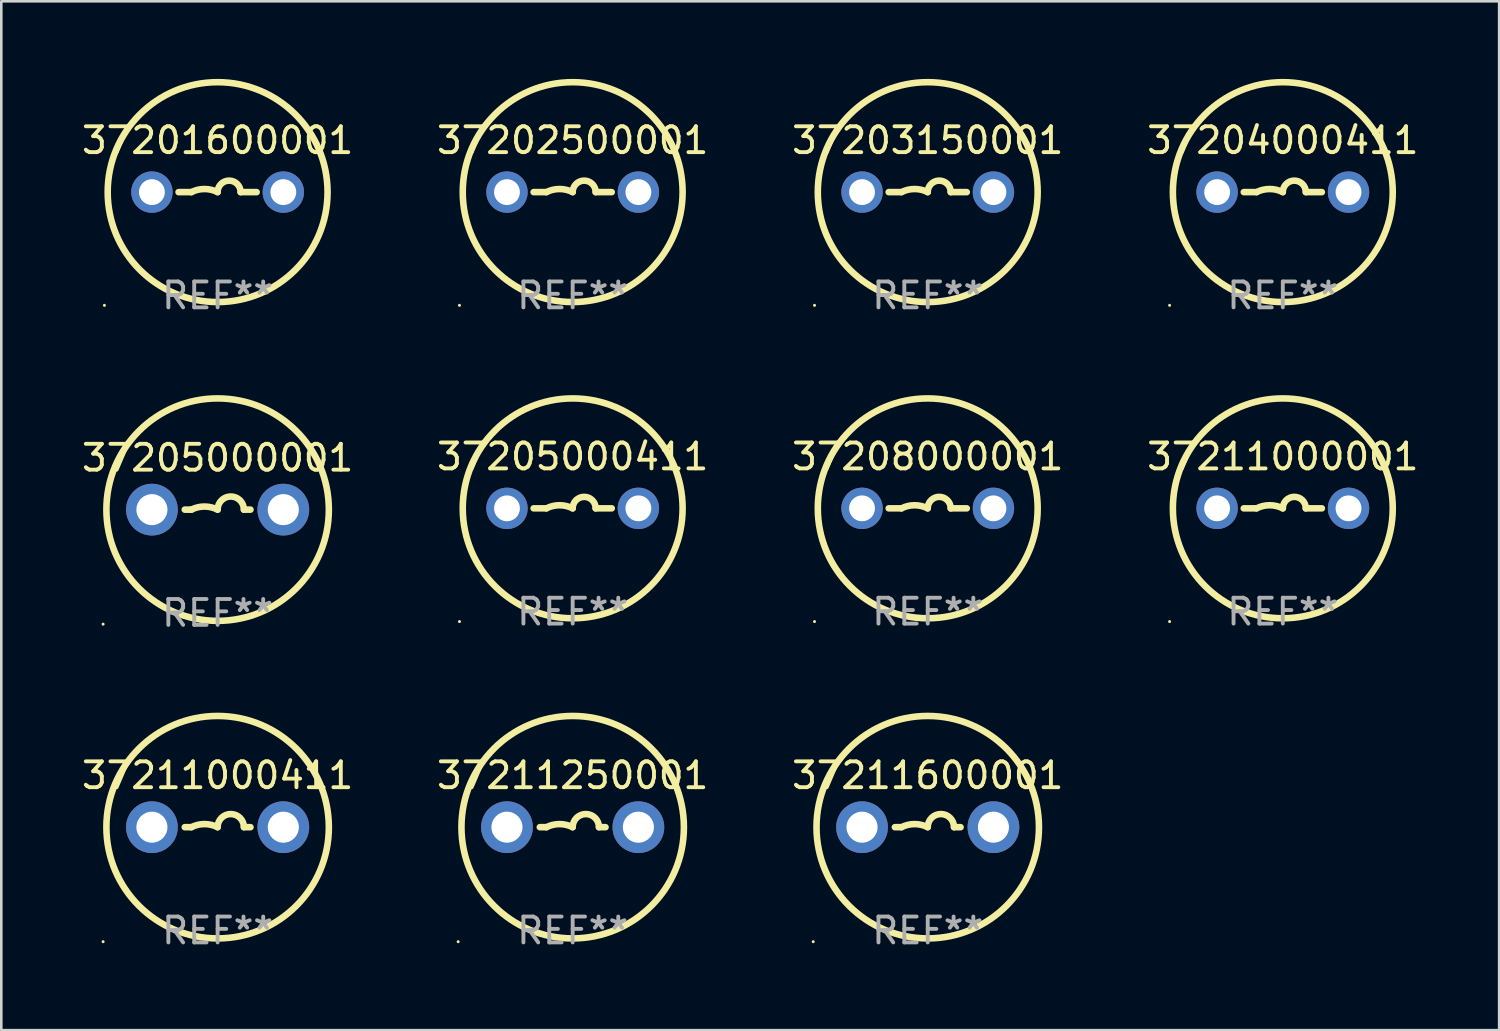
<source format=kicad_pcb>
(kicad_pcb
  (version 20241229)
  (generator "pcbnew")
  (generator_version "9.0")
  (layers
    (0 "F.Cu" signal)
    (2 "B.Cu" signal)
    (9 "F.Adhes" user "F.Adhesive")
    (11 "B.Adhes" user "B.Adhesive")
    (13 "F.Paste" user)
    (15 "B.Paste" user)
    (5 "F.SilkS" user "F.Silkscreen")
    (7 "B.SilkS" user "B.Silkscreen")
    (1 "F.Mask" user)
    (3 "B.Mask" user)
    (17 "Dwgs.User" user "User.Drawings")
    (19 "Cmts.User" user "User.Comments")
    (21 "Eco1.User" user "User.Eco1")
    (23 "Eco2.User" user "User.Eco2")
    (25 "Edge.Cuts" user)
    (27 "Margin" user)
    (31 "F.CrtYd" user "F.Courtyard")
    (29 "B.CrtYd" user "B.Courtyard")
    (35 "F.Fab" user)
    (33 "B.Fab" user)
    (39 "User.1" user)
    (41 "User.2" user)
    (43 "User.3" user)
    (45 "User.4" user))
  (footprint "37203150001"
    (layer "F.Cu")
    (at 32.815 4.377)
    (property "Reference" "37203150001" (at 0 -2 0) (layer "F.SilkS") (effects (font (size 1 1) (thickness 0.15))))
    (attr through_hole)
    (fp_line (start -1.509 0) (end -1.016 0) (stroke (width 0.254) (type solid)) (layer "F.SilkS"))
    (fp_line (start 1.509 0) (end 0.889 0) (stroke (width 0.254) (type solid)) (layer "F.SilkS"))
    (fp_arc (start -1.016002 0) (mid -0.508001 -0.119923) (end 0 0) (stroke (width 0.254001) (type solid)) (layer "F.SilkS"))
    (fp_arc (start 0 0) (mid 0.444501 -0.444501) (end 0.889002 0) (stroke (width 0.254001) (type solid)) (layer "F.SilkS"))
    (fp_circle (center -4.377 4.377) (end -4.347 4.377) (stroke (width 0.06) (type solid)) (fill no) (layer "F.SilkS"))
    (fp_circle (center 0 0) (end 4.25 0) (stroke (width 0.254) (type solid)) (fill no) (layer "F.SilkS"))
    (fp_text user "REF**" (at 0 4 0) (layer "F.Fab") (effects (font (size 1 1) (thickness 0.15))))
    (pad "1" thru_hole circle (at -2.54 0) (size 1.6 1.6) (drill 1) (layers "*.Cu" "*.Mask"))
    (pad "2" thru_hole circle (at 2.54 0) (size 1.6 1.6) (drill 1) (layers "*.Cu" "*.Mask")))
  (footprint "37211600001"
    (layer "F.Cu")
    (at 32.815 28.928)
    (property "Reference" "37211600001" (at 0 -2 0) (layer "F.SilkS") (effects (font (size 1 1) (thickness 0.15))))
    (attr through_hole)
    (fp_line (start -1.016 0) (end -1.27 0) (stroke (width 0.254) (type solid)) (layer "F.SilkS"))
    (fp_line (start 1.016 0) (end 1.27 0) (stroke (width 0.254) (type solid)) (layer "F.SilkS"))
    (fp_arc (start -1.016002 0) (mid -0.508001 -0.119923) (end 0 0) (stroke (width 0.254001) (type solid)) (layer "F.SilkS"))
    (fp_arc (start 0 0) (mid 0.508001 -0.508001) (end 1.016002 0) (stroke (width 0.254001) (type solid)) (layer "F.SilkS"))
    (fp_circle (center -4.427 4.427) (end -4.397 4.427) (stroke (width 0.06) (type solid)) (fill no) (layer "F.SilkS"))
    (fp_circle (center 0 0) (end 4.3 0) (stroke (width 0.254) (type solid)) (fill no) (layer "F.SilkS"))
    (fp_text user "REF**" (at 0 4 0) (layer "F.Fab") (effects (font (size 1 1) (thickness 0.15))))
    (pad "1" thru_hole circle (at -2.54 0) (size 2 2) (drill 1.2) (layers "*.Cu" "*.Mask"))
    (pad "2" thru_hole circle (at 2.54 0) (size 2 2) (drill 1.2) (layers "*.Cu" "*.Mask")))
  (footprint "37205000001"
    (layer "F.Cu")
    (at 5.363 16.652)
    (property "Reference" "37205000001" (at 0 -2 0) (layer "F.SilkS") (effects (font (size 1 1) (thickness 0.15))))
    (attr through_hole)
    (fp_line (start -1.016 0) (end -1.27 0) (stroke (width 0.254) (type solid)) (layer "F.SilkS"))
    (fp_line (start 1.016 0) (end 1.27 0) (stroke (width 0.254) (type solid)) (layer "F.SilkS"))
    (fp_arc (start -1.016002 0) (mid -0.508001 -0.119923) (end 0 0) (stroke (width 0.254001) (type solid)) (layer "F.SilkS"))
    (fp_arc (start 0 0) (mid 0.508001 -0.508001) (end 1.016002 0) (stroke (width 0.254001) (type solid)) (layer "F.SilkS"))
    (fp_circle (center -4.427 4.427) (end -4.397 4.427) (stroke (width 0.06) (type solid)) (fill no) (layer "F.SilkS"))
    (fp_circle (center 0 0) (end 4.3 0) (stroke (width 0.254) (type solid)) (fill no) (layer "F.SilkS"))
    (fp_text user "REF**" (at 0 4 0) (layer "F.Fab") (effects (font (size 1 1) (thickness 0.15))))
    (pad "1" thru_hole circle (at -2.54 0) (size 2 2) (drill 1.2) (layers "*.Cu" "*.Mask"))
    (pad "2" thru_hole circle (at 2.54 0) (size 2 2) (drill 1.2) (layers "*.Cu" "*.Mask")))
  (footprint "37202500001"
    (layer "F.Cu")
    (at 19.089 4.377)
    (property "Reference" "37202500001" (at 0 -2 0) (layer "F.SilkS") (effects (font (size 1 1) (thickness 0.15))))
    (attr through_hole)
    (fp_line (start -1.509 0) (end -1.016 0) (stroke (width 0.254) (type solid)) (layer "F.SilkS"))
    (fp_line (start 1.509 0) (end 0.889 0) (stroke (width 0.254) (type solid)) (layer "F.SilkS"))
    (fp_arc (start -1.016002 0) (mid -0.508001 -0.119923) (end 0 0) (stroke (width 0.254001) (type solid)) (layer "F.SilkS"))
    (fp_arc (start 0 0) (mid 0.444501 -0.444501) (end 0.889002 0) (stroke (width 0.254001) (type solid)) (layer "F.SilkS"))
    (fp_circle (center -4.377 4.377) (end -4.347 4.377) (stroke (width 0.06) (type solid)) (fill no) (layer "F.SilkS"))
    (fp_circle (center 0 0) (end 4.25 0) (stroke (width 0.254) (type solid)) (fill no) (layer "F.SilkS"))
    (fp_text user "REF**" (at 0 4 0) (layer "F.Fab") (effects (font (size 1 1) (thickness 0.15))))
    (pad "1" thru_hole circle (at -2.54 0) (size 1.6 1.6) (drill 1) (layers "*.Cu" "*.Mask"))
    (pad "2" thru_hole circle (at 2.54 0) (size 1.6 1.6) (drill 1) (layers "*.Cu" "*.Mask")))
  (footprint "37208000001"
    (layer "F.Cu")
    (at 32.815 16.602)
    (property "Reference" "37208000001" (at 0 -2 0) (layer "F.SilkS") (effects (font (size 1 1) (thickness 0.15))))
    (attr through_hole)
    (fp_line (start -1.509 0) (end -1.016 0) (stroke (width 0.254) (type solid)) (layer "F.SilkS"))
    (fp_line (start 1.509 0) (end 0.889 0) (stroke (width 0.254) (type solid)) (layer "F.SilkS"))
    (fp_arc (start -1.016002 0) (mid -0.508001 -0.119923) (end 0 0) (stroke (width 0.254001) (type solid)) (layer "F.SilkS"))
    (fp_arc (start 0 0) (mid 0.444501 -0.444501) (end 0.889002 0) (stroke (width 0.254001) (type solid)) (layer "F.SilkS"))
    (fp_circle (center -4.377 4.377) (end -4.347 4.377) (stroke (width 0.06) (type solid)) (fill no) (layer "F.SilkS"))
    (fp_circle (center 0 0) (end 4.25 0) (stroke (width 0.254) (type solid)) (fill no) (layer "F.SilkS"))
    (fp_text user "REF**" (at 0 4 0) (layer "F.Fab") (effects (font (size 1 1) (thickness 0.15))))
    (pad "1" thru_hole circle (at -2.54 0) (size 1.6 1.6) (drill 1) (layers "*.Cu" "*.Mask"))
    (pad "2" thru_hole circle (at 2.54 0) (size 1.6 1.6) (drill 1) (layers "*.Cu" "*.Mask")))
  (footprint "37211000001"
    (layer "F.Cu")
    (at 46.542 16.602)
    (property "Reference" "37211000001" (at 0 -2 0) (layer "F.SilkS") (effects (font (size 1 1) (thickness 0.15))))
    (attr through_hole)
    (fp_line (start -1.509 0) (end -1.016 0) (stroke (width 0.254) (type solid)) (layer "F.SilkS"))
    (fp_line (start 1.509 0) (end 0.889 0) (stroke (width 0.254) (type solid)) (layer "F.SilkS"))
    (fp_arc (start -1.016002 0) (mid -0.508001 -0.119923) (end 0 0) (stroke (width 0.254001) (type solid)) (layer "F.SilkS"))
    (fp_arc (start 0 0) (mid 0.444501 -0.444501) (end 0.889002 0) (stroke (width 0.254001) (type solid)) (layer "F.SilkS"))
    (fp_circle (center -4.377 4.377) (end -4.347 4.377) (stroke (width 0.06) (type solid)) (fill no) (layer "F.SilkS"))
    (fp_circle (center 0 0) (end 4.25 0) (stroke (width 0.254) (type solid)) (fill no) (layer "F.SilkS"))
    (fp_text user "REF**" (at 0 4 0) (layer "F.Fab") (effects (font (size 1 1) (thickness 0.15))))
    (pad "1" thru_hole circle (at -2.54 0) (size 1.6 1.6) (drill 1) (layers "*.Cu" "*.Mask"))
    (pad "2" thru_hole circle (at 2.54 0) (size 1.6 1.6) (drill 1) (layers "*.Cu" "*.Mask")))
  (footprint "37205000411"
    (layer "F.Cu")
    (at 19.089 16.602)
    (property "Reference" "37205000411" (at 0 -2 0) (layer "F.SilkS") (effects (font (size 1 1) (thickness 0.15))))
    (attr through_hole)
    (fp_line (start -1.509 0) (end -1.016 0) (stroke (width 0.254) (type solid)) (layer "F.SilkS"))
    (fp_line (start 1.509 0) (end 0.889 0) (stroke (width 0.254) (type solid)) (layer "F.SilkS"))
    (fp_arc (start -1.016002 0) (mid -0.508001 -0.119923) (end 0 0) (stroke (width 0.254001) (type solid)) (layer "F.SilkS"))
    (fp_arc (start 0 0) (mid 0.444501 -0.444501) (end 0.889002 0) (stroke (width 0.254001) (type solid)) (layer "F.SilkS"))
    (fp_circle (center -4.377 4.377) (end -4.347 4.377) (stroke (width 0.06) (type solid)) (fill no) (layer "F.SilkS"))
    (fp_circle (center 0 0) (end 4.25 0) (stroke (width 0.254) (type solid)) (fill no) (layer "F.SilkS"))
    (fp_text user "REF**" (at 0 4 0) (layer "F.Fab") (effects (font (size 1 1) (thickness 0.15))))
    (pad "1" thru_hole circle (at -2.54 0) (size 1.6 1.6) (drill 1) (layers "*.Cu" "*.Mask"))
    (pad "2" thru_hole circle (at 2.54 0) (size 1.6 1.6) (drill 1) (layers "*.Cu" "*.Mask")))
  (footprint "37211250001"
    (layer "F.Cu")
    (at 19.089 28.928)
    (property "Reference" "37211250001" (at 0 -2 0) (layer "F.SilkS") (effects (font (size 1 1) (thickness 0.15))))
    (attr through_hole)
    (fp_line (start -1.016 0) (end -1.27 0) (stroke (width 0.254) (type solid)) (layer "F.SilkS"))
    (fp_line (start 1.016 0) (end 1.27 0) (stroke (width 0.254) (type solid)) (layer "F.SilkS"))
    (fp_arc (start -1.016002 0) (mid -0.508001 -0.119923) (end 0 0) (stroke (width 0.254001) (type solid)) (layer "F.SilkS"))
    (fp_arc (start 0 0) (mid 0.508001 -0.508001) (end 1.016002 0) (stroke (width 0.254001) (type solid)) (layer "F.SilkS"))
    (fp_circle (center -4.427 4.427) (end -4.397 4.427) (stroke (width 0.06) (type solid)) (fill no) (layer "F.SilkS"))
    (fp_circle (center 0 0) (end 4.3 0) (stroke (width 0.254) (type solid)) (fill no) (layer "F.SilkS"))
    (fp_text user "REF**" (at 0 4 0) (layer "F.Fab") (effects (font (size 1 1) (thickness 0.15))))
    (pad "1" thru_hole circle (at -2.54 0) (size 2 2) (drill 1.2) (layers "*.Cu" "*.Mask"))
    (pad "2" thru_hole circle (at 2.54 0) (size 2 2) (drill 1.2) (layers "*.Cu" "*.Mask")))
  (footprint "37211000411"
    (layer "F.Cu")
    (at 5.363 28.928)
    (property "Reference" "37211000411" (at 0 -2 0) (layer "F.SilkS") (effects (font (size 1 1) (thickness 0.15))))
    (attr through_hole)
    (fp_line (start -1.016 0) (end -1.27 0) (stroke (width 0.254) (type solid)) (layer "F.SilkS"))
    (fp_line (start 1.016 0) (end 1.27 0) (stroke (width 0.254) (type solid)) (layer "F.SilkS"))
    (fp_arc (start -1.016002 0) (mid -0.508001 -0.119923) (end 0 0) (stroke (width 0.254001) (type solid)) (layer "F.SilkS"))
    (fp_arc (start 0 0) (mid 0.508001 -0.508001) (end 1.016002 0) (stroke (width 0.254001) (type solid)) (layer "F.SilkS"))
    (fp_circle (center -4.427 4.427) (end -4.397 4.427) (stroke (width 0.06) (type solid)) (fill no) (layer "F.SilkS"))
    (fp_circle (center 0 0) (end 4.3 0) (stroke (width 0.254) (type solid)) (fill no) (layer "F.SilkS"))
    (fp_text user "REF**" (at 0 4 0) (layer "F.Fab") (effects (font (size 1 1) (thickness 0.15))))
    (pad "1" thru_hole circle (at -2.54 0) (size 2 2) (drill 1.2) (layers "*.Cu" "*.Mask"))
    (pad "2" thru_hole circle (at 2.54 0) (size 2 2) (drill 1.2) (layers "*.Cu" "*.Mask")))
  (footprint "37204000411"
    (layer "F.Cu")
    (at 46.542 4.377)
    (property "Reference" "37204000411" (at 0 -2 0) (layer "F.SilkS") (effects (font (size 1 1) (thickness 0.15))))
    (attr through_hole)
    (fp_line (start -1.509 0) (end -1.016 0) (stroke (width 0.254) (type solid)) (layer "F.SilkS"))
    (fp_line (start 1.509 0) (end 0.889 0) (stroke (width 0.254) (type solid)) (layer "F.SilkS"))
    (fp_arc (start -1.016002 0) (mid -0.508001 -0.119923) (end 0 0) (stroke (width 0.254001) (type solid)) (layer "F.SilkS"))
    (fp_arc (start 0 0) (mid 0.444501 -0.444501) (end 0.889002 0) (stroke (width 0.254001) (type solid)) (layer "F.SilkS"))
    (fp_circle (center -4.377 4.377) (end -4.347 4.377) (stroke (width 0.06) (type solid)) (fill no) (layer "F.SilkS"))
    (fp_circle (center 0 0) (end 4.25 0) (stroke (width 0.254) (type solid)) (fill no) (layer "F.SilkS"))
    (fp_text user "REF**" (at 0 4 0) (layer "F.Fab") (effects (font (size 1 1) (thickness 0.15))))
    (pad "1" thru_hole circle (at -2.54 0) (size 1.6 1.6) (drill 1) (layers "*.Cu" "*.Mask"))
    (pad "2" thru_hole circle (at 2.54 0) (size 1.6 1.6) (drill 1) (layers "*.Cu" "*.Mask")))
  (footprint "37201600001"
    (layer "F.Cu")
    (at 5.363 4.377)
    (property "Reference" "37201600001" (at 0 -2 0) (layer "F.SilkS") (effects (font (size 1 1) (thickness 0.15))))
    (attr through_hole)
    (fp_line (start -1.509 0) (end -1.016 0) (stroke (width 0.254) (type solid)) (layer "F.SilkS"))
    (fp_line (start 1.509 0) (end 0.889 0) (stroke (width 0.254) (type solid)) (layer "F.SilkS"))
    (fp_arc (start -1.016002 0) (mid -0.508001 -0.119923) (end 0 0) (stroke (width 0.254001) (type solid)) (layer "F.SilkS"))
    (fp_arc (start 0 0) (mid 0.444501 -0.444501) (end 0.889002 0) (stroke (width 0.254001) (type solid)) (layer "F.SilkS"))
    (fp_circle (center -4.377 4.377) (end -4.347 4.377) (stroke (width 0.06) (type solid)) (fill no) (layer "F.SilkS"))
    (fp_circle (center 0 0) (end 4.25 0) (stroke (width 0.254) (type solid)) (fill no) (layer "F.SilkS"))
    (fp_text user "REF**" (at 0 4 0) (layer "F.Fab") (effects (font (size 1 1) (thickness 0.15))))
    (pad "1" thru_hole circle (at -2.54 0) (size 1.6 1.6) (drill 1) (layers "*.Cu" "*.Mask"))
    (pad "2" thru_hole circle (at 2.54 0) (size 1.6 1.6) (drill 1) (layers "*.Cu" "*.Mask")))
  (gr_rect
    (start -3 -3)
    (end 54.905 36.776)
    (stroke (width 0.1) (type default))
    (fill no)
    (layer "Edge.Cuts")))
</source>
